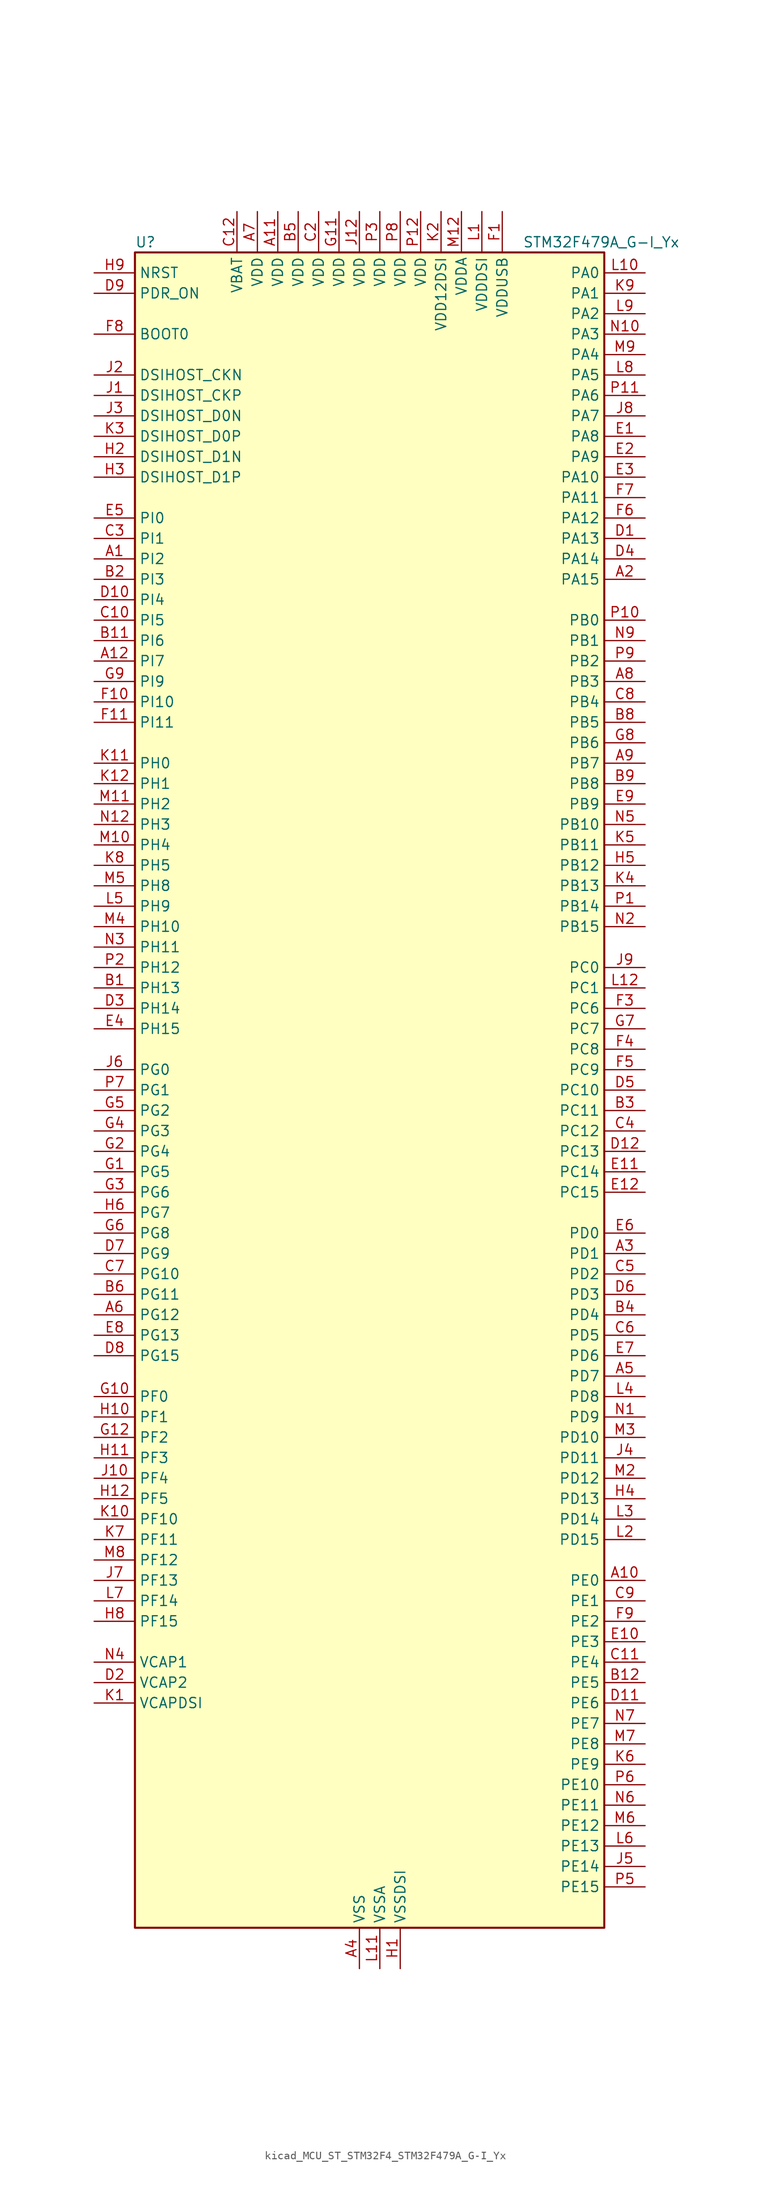
<source format=kicad_sym>
(kicad_symbol_lib
  (version 20220914)
  (generator kicad_symbol_editor)
  (symbol "kicad_MCU_ST_STM32F4_STM32F479A_G-I_Yx"
    (property "Reference" "U"
      (at -27.94 105.41 0)
      (effects (font (size 1.27 1.27)) (justify left)))
    (property "Value" "STM32F479A_G-I_Yx"
      (at 20.32 105.41 0)
      (effects (font (size 1.27 1.27)) (justify left)))
    (property "ki_locked" ""
      (at 0 0 0)
      (effects (font (size 1.27 1.27))))
    (symbol "kicad_MCU_ST_STM32F4_STM32F479A_G-I_Yx_0_1"
      (rectangle (start -27.94 -104.14) (end 30.48 104.14) (stroke (width 0.254) (type default)) (fill (type background))))
    (symbol "kicad_MCU_ST_STM32F4_STM32F479A_G-I_Yx_1_1"
      (pin bidirectional line (at -33.02 66.04 0) (length 5.08) (name "PI2" (effects (font (size 1.27 1.27)))) (number "A1" (effects (font (size 1.27 1.27)))) (alternate "DCMI_D9" bidirectional line) (alternate "FMC_D26" bidirectional line) (alternate "I2S2_ext_SD" bidirectional line) (alternate "LTDC_G7" bidirectional line) (alternate "SPI2_MISO" bidirectional line) (alternate "TIM8_CH4" bidirectional line))
      (pin bidirectional line (at 35.56 -60.96 180) (length 5.08) (name "PE0" (effects (font (size 1.27 1.27)))) (number "A10" (effects (font (size 1.27 1.27)))) (alternate "DCMI_D2" bidirectional line) (alternate "FMC_NBL0" bidirectional line) (alternate "TIM4_ETR" bidirectional line) (alternate "UART8_RX" bidirectional line))
      (pin power_in line (at -10.16 109.22 270) (length 5.08) (name "VDD" (effects (font (size 1.27 1.27)))) (number "A11" (effects (font (size 1.27 1.27)))))
      (pin bidirectional line (at -33.02 53.34 0) (length 5.08) (name "PI7" (effects (font (size 1.27 1.27)))) (number "A12" (effects (font (size 1.27 1.27)))) (alternate "DCMI_D7" bidirectional line) (alternate "FMC_D29" bidirectional line) (alternate "LTDC_B7" bidirectional line) (alternate "TIM8_CH3" bidirectional line))
      (pin bidirectional line (at 35.56 63.5 180) (length 5.08) (name "PA15" (effects (font (size 1.27 1.27)))) (number "A2" (effects (font (size 1.27 1.27)))) (alternate "ADC1_EXTI15" bidirectional line) (alternate "ADC2_EXTI15" bidirectional line) (alternate "ADC3_EXTI15" bidirectional line) (alternate "I2S3_WS" bidirectional line) (alternate "SPI1_NSS" bidirectional line) (alternate "SPI3_NSS" bidirectional line) (alternate "SYS_JTDI" bidirectional line) (alternate "TIM2_CH1" bidirectional line) (alternate "TIM2_ETR" bidirectional line))
      (pin bidirectional line (at 35.56 -20.32 180) (length 5.08) (name "PD1" (effects (font (size 1.27 1.27)))) (number "A3" (effects (font (size 1.27 1.27)))) (alternate "CAN1_TX" bidirectional line) (alternate "FMC_D3" bidirectional line) (alternate "FMC_DA3" bidirectional line))
      (pin power_in line (at 0 -109.22 90) (length 5.08) (name "VSS" (effects (font (size 1.27 1.27)))) (number "A4" (effects (font (size 1.27 1.27)))))
      (pin bidirectional line (at 35.56 -35.56 180) (length 5.08) (name "PD7" (effects (font (size 1.27 1.27)))) (number "A5" (effects (font (size 1.27 1.27)))) (alternate "FMC_NE1" bidirectional line) (alternate "USART2_CK" bidirectional line))
      (pin bidirectional line (at -33.02 -27.94 0) (length 5.08) (name "PG12" (effects (font (size 1.27 1.27)))) (number "A6" (effects (font (size 1.27 1.27)))) (alternate "FMC_NE4" bidirectional line) (alternate "LTDC_B1" bidirectional line) (alternate "LTDC_B4" bidirectional line) (alternate "SPI6_MISO" bidirectional line) (alternate "USART6_RTS" bidirectional line))
      (pin power_in line (at -12.7 109.22 270) (length 5.08) (name "VDD" (effects (font (size 1.27 1.27)))) (number "A7" (effects (font (size 1.27 1.27)))))
      (pin bidirectional line (at 35.56 50.8 180) (length 5.08) (name "PB3" (effects (font (size 1.27 1.27)))) (number "A8" (effects (font (size 1.27 1.27)))) (alternate "I2S3_CK" bidirectional line) (alternate "SPI1_SCK" bidirectional line) (alternate "SPI3_SCK" bidirectional line) (alternate "SYS_JTDO-SWO" bidirectional line) (alternate "TIM2_CH2" bidirectional line))
      (pin bidirectional line (at 35.56 40.64 180) (length 5.08) (name "PB7" (effects (font (size 1.27 1.27)))) (number "A9" (effects (font (size 1.27 1.27)))) (alternate "DCMI_VSYNC" bidirectional line) (alternate "FMC_NL" bidirectional line) (alternate "I2C1_SDA" bidirectional line) (alternate "TIM4_CH2" bidirectional line) (alternate "USART1_RX" bidirectional line))
      (pin bidirectional line (at -33.02 12.7 0) (length 5.08) (name "PH13" (effects (font (size 1.27 1.27)))) (number "B1" (effects (font (size 1.27 1.27)))) (alternate "CAN1_TX" bidirectional line) (alternate "FMC_D21" bidirectional line) (alternate "LTDC_G2" bidirectional line) (alternate "TIM8_CH1N" bidirectional line))
      (pin passive line (at 0 -109.22 90) (length 5.08) hide (name "VSS" (effects (font (size 1.27 1.27)))) (number "B10" (effects (font (size 1.27 1.27)))))
      (pin bidirectional line (at -33.02 55.88 0) (length 5.08) (name "PI6" (effects (font (size 1.27 1.27)))) (number "B11" (effects (font (size 1.27 1.27)))) (alternate "DCMI_D6" bidirectional line) (alternate "FMC_D28" bidirectional line) (alternate "LTDC_B6" bidirectional line) (alternate "TIM8_CH2" bidirectional line))
      (pin bidirectional line (at 35.56 -73.66 180) (length 5.08) (name "PE5" (effects (font (size 1.27 1.27)))) (number "B12" (effects (font (size 1.27 1.27)))) (alternate "DCMI_D6" bidirectional line) (alternate "FMC_A21" bidirectional line) (alternate "LTDC_G0" bidirectional line) (alternate "SAI1_SCK_A" bidirectional line) (alternate "SPI4_MISO" bidirectional line) (alternate "SYS_TRACED2" bidirectional line) (alternate "TIM9_CH1" bidirectional line))
      (pin bidirectional line (at -33.02 63.5 0) (length 5.08) (name "PI3" (effects (font (size 1.27 1.27)))) (number "B2" (effects (font (size 1.27 1.27)))) (alternate "DCMI_D10" bidirectional line) (alternate "FMC_D27" bidirectional line) (alternate "I2S2_SD" bidirectional line) (alternate "SPI2_MOSI" bidirectional line) (alternate "TIM8_ETR" bidirectional line))
      (pin bidirectional line (at 35.56 -2.54 180) (length 5.08) (name "PC11" (effects (font (size 1.27 1.27)))) (number "B3" (effects (font (size 1.27 1.27)))) (alternate "ADC1_EXTI11" bidirectional line) (alternate "ADC2_EXTI11" bidirectional line) (alternate "ADC3_EXTI11" bidirectional line) (alternate "DCMI_D4" bidirectional line) (alternate "I2S3_ext_SD" bidirectional line) (alternate "QUADSPI_BK2_NCS" bidirectional line) (alternate "SDIO_D3" bidirectional line) (alternate "SPI3_MISO" bidirectional line) (alternate "UART4_RX" bidirectional line) (alternate "USART3_RX" bidirectional line))
      (pin bidirectional line (at 35.56 -27.94 180) (length 5.08) (name "PD4" (effects (font (size 1.27 1.27)))) (number "B4" (effects (font (size 1.27 1.27)))) (alternate "FMC_NOE" bidirectional line) (alternate "USART2_RTS" bidirectional line))
      (pin power_in line (at -7.62 109.22 270) (length 5.08) (name "VDD" (effects (font (size 1.27 1.27)))) (number "B5" (effects (font (size 1.27 1.27)))))
      (pin bidirectional line (at -33.02 -25.4 0) (length 5.08) (name "PG11" (effects (font (size 1.27 1.27)))) (number "B6" (effects (font (size 1.27 1.27)))) (alternate "ADC1_EXTI11" bidirectional line) (alternate "ADC2_EXTI11" bidirectional line) (alternate "ADC3_EXTI11" bidirectional line) (alternate "DCMI_D3" bidirectional line) (alternate "LTDC_B3" bidirectional line))
      (pin passive line (at 0 -109.22 90) (length 5.08) hide (name "VSS" (effects (font (size 1.27 1.27)))) (number "B7" (effects (font (size 1.27 1.27)))))
      (pin bidirectional line (at 35.56 45.72 180) (length 5.08) (name "PB5" (effects (font (size 1.27 1.27)))) (number "B8" (effects (font (size 1.27 1.27)))) (alternate "CAN2_RX" bidirectional line) (alternate "DCMI_D10" bidirectional line) (alternate "FMC_SDCKE1" bidirectional line) (alternate "I2C1_SMBA" bidirectional line) (alternate "I2S3_SD" bidirectional line) (alternate "LTDC_G7" bidirectional line) (alternate "SPI1_MOSI" bidirectional line) (alternate "SPI3_MOSI" bidirectional line) (alternate "TIM3_CH2" bidirectional line) (alternate "USB_OTG_HS_ULPI_D7" bidirectional line))
      (pin bidirectional line (at 35.56 38.1 180) (length 5.08) (name "PB8" (effects (font (size 1.27 1.27)))) (number "B9" (effects (font (size 1.27 1.27)))) (alternate "CAN1_RX" bidirectional line) (alternate "DCMI_D6" bidirectional line) (alternate "I2C1_SCL" bidirectional line) (alternate "LTDC_B6" bidirectional line) (alternate "SDIO_D4" bidirectional line) (alternate "TIM10_CH1" bidirectional line) (alternate "TIM4_CH3" bidirectional line))
      (pin passive line (at 0 -109.22 90) (length 5.08) hide (name "VSS" (effects (font (size 1.27 1.27)))) (number "C1" (effects (font (size 1.27 1.27)))))
      (pin bidirectional line (at -33.02 58.42 0) (length 5.08) (name "PI5" (effects (font (size 1.27 1.27)))) (number "C10" (effects (font (size 1.27 1.27)))) (alternate "DCMI_VSYNC" bidirectional line) (alternate "FMC_NBL3" bidirectional line) (alternate "LTDC_B5" bidirectional line) (alternate "TIM8_CH1" bidirectional line))
      (pin bidirectional line (at 35.56 -71.12 180) (length 5.08) (name "PE4" (effects (font (size 1.27 1.27)))) (number "C11" (effects (font (size 1.27 1.27)))) (alternate "DCMI_D4" bidirectional line) (alternate "FMC_A20" bidirectional line) (alternate "LTDC_B0" bidirectional line) (alternate "SAI1_FS_A" bidirectional line) (alternate "SPI4_NSS" bidirectional line) (alternate "SYS_TRACED1" bidirectional line))
      (pin power_in line (at -15.24 109.22 270) (length 5.08) (name "VBAT" (effects (font (size 1.27 1.27)))) (number "C12" (effects (font (size 1.27 1.27)))))
      (pin power_in line (at -5.08 109.22 270) (length 5.08) (name "VDD" (effects (font (size 1.27 1.27)))) (number "C2" (effects (font (size 1.27 1.27)))))
      (pin bidirectional line (at -33.02 68.58 0) (length 5.08) (name "PI1" (effects (font (size 1.27 1.27)))) (number "C3" (effects (font (size 1.27 1.27)))) (alternate "DCMI_D8" bidirectional line) (alternate "FMC_D25" bidirectional line) (alternate "I2S2_CK" bidirectional line) (alternate "LTDC_G6" bidirectional line) (alternate "SPI2_SCK" bidirectional line))
      (pin bidirectional line (at 35.56 -5.08 180) (length 5.08) (name "PC12" (effects (font (size 1.27 1.27)))) (number "C4" (effects (font (size 1.27 1.27)))) (alternate "DCMI_D9" bidirectional line) (alternate "I2S3_SD" bidirectional line) (alternate "SDIO_CK" bidirectional line) (alternate "SPI3_MOSI" bidirectional line) (alternate "SYS_TRACED3" bidirectional line) (alternate "UART5_TX" bidirectional line) (alternate "USART3_CK" bidirectional line))
      (pin bidirectional line (at 35.56 -22.86 180) (length 5.08) (name "PD2" (effects (font (size 1.27 1.27)))) (number "C5" (effects (font (size 1.27 1.27)))) (alternate "DCMI_D11" bidirectional line) (alternate "SDIO_CMD" bidirectional line) (alternate "SYS_TRACED2" bidirectional line) (alternate "TIM3_ETR" bidirectional line) (alternate "UART5_RX" bidirectional line))
      (pin bidirectional line (at 35.56 -30.48 180) (length 5.08) (name "PD5" (effects (font (size 1.27 1.27)))) (number "C6" (effects (font (size 1.27 1.27)))) (alternate "FMC_NWE" bidirectional line) (alternate "USART2_TX" bidirectional line))
      (pin bidirectional line (at -33.02 -22.86 0) (length 5.08) (name "PG10" (effects (font (size 1.27 1.27)))) (number "C7" (effects (font (size 1.27 1.27)))) (alternate "DCMI_D2" bidirectional line) (alternate "FMC_NE3" bidirectional line) (alternate "LTDC_B2" bidirectional line) (alternate "LTDC_G3" bidirectional line))
      (pin bidirectional line (at 35.56 48.26 180) (length 5.08) (name "PB4" (effects (font (size 1.27 1.27)))) (number "C8" (effects (font (size 1.27 1.27)))) (alternate "I2S3_ext_SD" bidirectional line) (alternate "SPI1_MISO" bidirectional line) (alternate "SPI3_MISO" bidirectional line) (alternate "SYS_JTRST" bidirectional line) (alternate "TIM3_CH1" bidirectional line))
      (pin bidirectional line (at 35.56 -63.5 180) (length 5.08) (name "PE1" (effects (font (size 1.27 1.27)))) (number "C9" (effects (font (size 1.27 1.27)))) (alternate "DCMI_D3" bidirectional line) (alternate "FMC_NBL1" bidirectional line) (alternate "UART8_TX" bidirectional line))
      (pin bidirectional line (at 35.56 68.58 180) (length 5.08) (name "PA13" (effects (font (size 1.27 1.27)))) (number "D1" (effects (font (size 1.27 1.27)))) (alternate "SYS_JTMS-SWDIO" bidirectional line))
      (pin bidirectional line (at -33.02 60.96 0) (length 5.08) (name "PI4" (effects (font (size 1.27 1.27)))) (number "D10" (effects (font (size 1.27 1.27)))) (alternate "DCMI_D5" bidirectional line) (alternate "FMC_NBL2" bidirectional line) (alternate "LTDC_B4" bidirectional line) (alternate "TIM8_BKIN" bidirectional line))
      (pin bidirectional line (at 35.56 -76.2 180) (length 5.08) (name "PE6" (effects (font (size 1.27 1.27)))) (number "D11" (effects (font (size 1.27 1.27)))) (alternate "DCMI_D7" bidirectional line) (alternate "FMC_A22" bidirectional line) (alternate "LTDC_G1" bidirectional line) (alternate "SAI1_SD_A" bidirectional line) (alternate "SPI4_MOSI" bidirectional line) (alternate "SYS_TRACED3" bidirectional line) (alternate "TIM9_CH2" bidirectional line))
      (pin bidirectional line (at 35.56 -7.62 180) (length 5.08) (name "PC13" (effects (font (size 1.27 1.27)))) (number "D12" (effects (font (size 1.27 1.27)))) (alternate "RTC_AF1" bidirectional line))
      (pin power_out line (at -33.02 -73.66 0) (length 5.08) (name "VCAP2" (effects (font (size 1.27 1.27)))) (number "D2" (effects (font (size 1.27 1.27)))))
      (pin bidirectional line (at -33.02 10.16 0) (length 5.08) (name "PH14" (effects (font (size 1.27 1.27)))) (number "D3" (effects (font (size 1.27 1.27)))) (alternate "DCMI_D4" bidirectional line) (alternate "FMC_D22" bidirectional line) (alternate "LTDC_G3" bidirectional line) (alternate "TIM8_CH2N" bidirectional line))
      (pin bidirectional line (at 35.56 66.04 180) (length 5.08) (name "PA14" (effects (font (size 1.27 1.27)))) (number "D4" (effects (font (size 1.27 1.27)))) (alternate "SYS_JTCK-SWCLK" bidirectional line))
      (pin bidirectional line (at 35.56 0 180) (length 5.08) (name "PC10" (effects (font (size 1.27 1.27)))) (number "D5" (effects (font (size 1.27 1.27)))) (alternate "DCMI_D8" bidirectional line) (alternate "I2S3_CK" bidirectional line) (alternate "LTDC_R2" bidirectional line) (alternate "QUADSPI_BK1_IO1" bidirectional line) (alternate "SDIO_D2" bidirectional line) (alternate "SPI3_SCK" bidirectional line) (alternate "UART4_TX" bidirectional line) (alternate "USART3_TX" bidirectional line))
      (pin bidirectional line (at 35.56 -25.4 180) (length 5.08) (name "PD3" (effects (font (size 1.27 1.27)))) (number "D6" (effects (font (size 1.27 1.27)))) (alternate "DCMI_D5" bidirectional line) (alternate "FMC_CLK" bidirectional line) (alternate "I2S2_CK" bidirectional line) (alternate "LTDC_G7" bidirectional line) (alternate "SPI2_SCK" bidirectional line) (alternate "USART2_CTS" bidirectional line))
      (pin bidirectional line (at -33.02 -20.32 0) (length 5.08) (name "PG9" (effects (font (size 1.27 1.27)))) (number "D7" (effects (font (size 1.27 1.27)))) (alternate "DAC_EXTI9" bidirectional line) (alternate "DCMI_VSYNC" bidirectional line) (alternate "FMC_NCE" bidirectional line) (alternate "FMC_NE2" bidirectional line) (alternate "QUADSPI_BK2_IO2" bidirectional line) (alternate "USART6_RX" bidirectional line))
      (pin bidirectional line (at -33.02 -33.02 0) (length 5.08) (name "PG15" (effects (font (size 1.27 1.27)))) (number "D8" (effects (font (size 1.27 1.27)))) (alternate "ADC1_EXTI15" bidirectional line) (alternate "ADC2_EXTI15" bidirectional line) (alternate "ADC3_EXTI15" bidirectional line) (alternate "DCMI_D13" bidirectional line) (alternate "FMC_SDNCAS" bidirectional line) (alternate "USART6_CTS" bidirectional line))
      (pin input line (at -33.02 99.06 0) (length 5.08) (name "PDR_ON" (effects (font (size 1.27 1.27)))) (number "D9" (effects (font (size 1.27 1.27)))))
      (pin bidirectional line (at 35.56 81.28 180) (length 5.08) (name "PA8" (effects (font (size 1.27 1.27)))) (number "E1" (effects (font (size 1.27 1.27)))) (alternate "I2C3_SCL" bidirectional line) (alternate "LTDC_R6" bidirectional line) (alternate "RCC_MCO_1" bidirectional line) (alternate "TIM1_CH1" bidirectional line) (alternate "USART1_CK" bidirectional line) (alternate "USB_OTG_FS_SOF" bidirectional line))
      (pin bidirectional line (at 35.56 -68.58 180) (length 5.08) (name "PE3" (effects (font (size 1.27 1.27)))) (number "E10" (effects (font (size 1.27 1.27)))) (alternate "FMC_A19" bidirectional line) (alternate "SAI1_SD_B" bidirectional line) (alternate "SYS_TRACED0" bidirectional line))
      (pin bidirectional line (at 35.56 -10.16 180) (length 5.08) (name "PC14" (effects (font (size 1.27 1.27)))) (number "E11" (effects (font (size 1.27 1.27)))) (alternate "RCC_OSC32_IN" bidirectional line))
      (pin bidirectional line (at 35.56 -12.7 180) (length 5.08) (name "PC15" (effects (font (size 1.27 1.27)))) (number "E12" (effects (font (size 1.27 1.27)))) (alternate "ADC1_EXTI15" bidirectional line) (alternate "ADC2_EXTI15" bidirectional line) (alternate "ADC3_EXTI15" bidirectional line) (alternate "RCC_OSC32_OUT" bidirectional line))
      (pin bidirectional line (at 35.56 78.74 180) (length 5.08) (name "PA9" (effects (font (size 1.27 1.27)))) (number "E2" (effects (font (size 1.27 1.27)))) (alternate "DAC_EXTI9" bidirectional line) (alternate "DCMI_D0" bidirectional line) (alternate "I2C3_SMBA" bidirectional line) (alternate "I2S2_CK" bidirectional line) (alternate "SPI2_SCK" bidirectional line) (alternate "TIM1_CH2" bidirectional line) (alternate "USART1_TX" bidirectional line) (alternate "USB_OTG_FS_VBUS" bidirectional line))
      (pin bidirectional line (at 35.56 76.2 180) (length 5.08) (name "PA10" (effects (font (size 1.27 1.27)))) (number "E3" (effects (font (size 1.27 1.27)))) (alternate "DCMI_D1" bidirectional line) (alternate "TIM1_CH3" bidirectional line) (alternate "USART1_RX" bidirectional line) (alternate "USB_OTG_FS_ID" bidirectional line))
      (pin bidirectional line (at -33.02 7.62 0) (length 5.08) (name "PH15" (effects (font (size 1.27 1.27)))) (number "E4" (effects (font (size 1.27 1.27)))) (alternate "ADC1_EXTI15" bidirectional line) (alternate "ADC2_EXTI15" bidirectional line) (alternate "ADC3_EXTI15" bidirectional line) (alternate "DCMI_D11" bidirectional line) (alternate "FMC_D23" bidirectional line) (alternate "LTDC_G4" bidirectional line) (alternate "TIM8_CH3N" bidirectional line))
      (pin bidirectional line (at -33.02 71.12 0) (length 5.08) (name "PI0" (effects (font (size 1.27 1.27)))) (number "E5" (effects (font (size 1.27 1.27)))) (alternate "DCMI_D13" bidirectional line) (alternate "FMC_D24" bidirectional line) (alternate "I2S2_WS" bidirectional line) (alternate "LTDC_G5" bidirectional line) (alternate "SPI2_NSS" bidirectional line) (alternate "TIM5_CH4" bidirectional line))
      (pin bidirectional line (at 35.56 -17.78 180) (length 5.08) (name "PD0" (effects (font (size 1.27 1.27)))) (number "E6" (effects (font (size 1.27 1.27)))) (alternate "CAN1_RX" bidirectional line) (alternate "FMC_D2" bidirectional line) (alternate "FMC_DA2" bidirectional line))
      (pin bidirectional line (at 35.56 -33.02 180) (length 5.08) (name "PD6" (effects (font (size 1.27 1.27)))) (number "E7" (effects (font (size 1.27 1.27)))) (alternate "DCMI_D10" bidirectional line) (alternate "FMC_NWAIT" bidirectional line) (alternate "I2S3_SD" bidirectional line) (alternate "LTDC_B2" bidirectional line) (alternate "SAI1_SD_A" bidirectional line) (alternate "SPI3_MOSI" bidirectional line) (alternate "USART2_RX" bidirectional line))
      (pin bidirectional line (at -33.02 -30.48 0) (length 5.08) (name "PG13" (effects (font (size 1.27 1.27)))) (number "E8" (effects (font (size 1.27 1.27)))) (alternate "FMC_A24" bidirectional line) (alternate "LTDC_R0" bidirectional line) (alternate "SPI6_SCK" bidirectional line) (alternate "SYS_TRACED0" bidirectional line) (alternate "USART6_CTS" bidirectional line))
      (pin bidirectional line (at 35.56 35.56 180) (length 5.08) (name "PB9" (effects (font (size 1.27 1.27)))) (number "E9" (effects (font (size 1.27 1.27)))) (alternate "CAN1_TX" bidirectional line) (alternate "DAC_EXTI9" bidirectional line) (alternate "DCMI_D7" bidirectional line) (alternate "I2C1_SDA" bidirectional line) (alternate "I2S2_WS" bidirectional line) (alternate "LTDC_B7" bidirectional line) (alternate "SDIO_D5" bidirectional line) (alternate "SPI2_NSS" bidirectional line) (alternate "TIM11_CH1" bidirectional line) (alternate "TIM4_CH4" bidirectional line))
      (pin power_in line (at 17.78 109.22 270) (length 5.08) (name "VDDUSB" (effects (font (size 1.27 1.27)))) (number "F1" (effects (font (size 1.27 1.27)))))
      (pin bidirectional line (at -33.02 48.26 0) (length 5.08) (name "PI10" (effects (font (size 1.27 1.27)))) (number "F10" (effects (font (size 1.27 1.27)))) (alternate "FMC_D31" bidirectional line) (alternate "LTDC_HSYNC" bidirectional line))
      (pin bidirectional line (at -33.02 45.72 0) (length 5.08) (name "PI11" (effects (font (size 1.27 1.27)))) (number "F11" (effects (font (size 1.27 1.27)))) (alternate "ADC1_EXTI11" bidirectional line) (alternate "ADC2_EXTI11" bidirectional line) (alternate "ADC3_EXTI11" bidirectional line) (alternate "LTDC_G6" bidirectional line) (alternate "USB_OTG_HS_ULPI_DIR" bidirectional line))
      (pin passive line (at 0 -109.22 90) (length 5.08) hide (name "VSS" (effects (font (size 1.27 1.27)))) (number "F12" (effects (font (size 1.27 1.27)))))
      (pin passive line (at 0 -109.22 90) (length 5.08) hide (name "VSS" (effects (font (size 1.27 1.27)))) (number "F2" (effects (font (size 1.27 1.27)))))
      (pin bidirectional line (at 35.56 10.16 180) (length 5.08) (name "PC6" (effects (font (size 1.27 1.27)))) (number "F3" (effects (font (size 1.27 1.27)))) (alternate "DCMI_D0" bidirectional line) (alternate "I2S2_MCK" bidirectional line) (alternate "LTDC_HSYNC" bidirectional line) (alternate "SDIO_D6" bidirectional line) (alternate "TIM3_CH1" bidirectional line) (alternate "TIM8_CH1" bidirectional line) (alternate "USART6_TX" bidirectional line))
      (pin bidirectional line (at 35.56 5.08 180) (length 5.08) (name "PC8" (effects (font (size 1.27 1.27)))) (number "F4" (effects (font (size 1.27 1.27)))) (alternate "DCMI_D2" bidirectional line) (alternate "SDIO_D0" bidirectional line) (alternate "SYS_TRACED1" bidirectional line) (alternate "TIM3_CH3" bidirectional line) (alternate "TIM8_CH3" bidirectional line) (alternate "USART6_CK" bidirectional line))
      (pin bidirectional line (at 35.56 2.54 180) (length 5.08) (name "PC9" (effects (font (size 1.27 1.27)))) (number "F5" (effects (font (size 1.27 1.27)))) (alternate "DAC_EXTI9" bidirectional line) (alternate "DCMI_D3" bidirectional line) (alternate "I2C3_SDA" bidirectional line) (alternate "I2S_CKIN" bidirectional line) (alternate "QUADSPI_BK1_IO0" bidirectional line) (alternate "RCC_MCO_2" bidirectional line) (alternate "SDIO_D1" bidirectional line) (alternate "TIM3_CH4" bidirectional line) (alternate "TIM8_CH4" bidirectional line))
      (pin bidirectional line (at 35.56 71.12 180) (length 5.08) (name "PA12" (effects (font (size 1.27 1.27)))) (number "F6" (effects (font (size 1.27 1.27)))) (alternate "CAN1_TX" bidirectional line) (alternate "LTDC_R5" bidirectional line) (alternate "TIM1_ETR" bidirectional line) (alternate "USART1_RTS" bidirectional line) (alternate "USB_OTG_FS_DP" bidirectional line))
      (pin bidirectional line (at 35.56 73.66 180) (length 5.08) (name "PA11" (effects (font (size 1.27 1.27)))) (number "F7" (effects (font (size 1.27 1.27)))) (alternate "ADC1_EXTI11" bidirectional line) (alternate "ADC2_EXTI11" bidirectional line) (alternate "ADC3_EXTI11" bidirectional line) (alternate "CAN1_RX" bidirectional line) (alternate "LTDC_R4" bidirectional line) (alternate "TIM1_CH4" bidirectional line) (alternate "USART1_CTS" bidirectional line) (alternate "USB_OTG_FS_DM" bidirectional line))
      (pin input line (at -33.02 93.98 0) (length 5.08) (name "BOOT0" (effects (font (size 1.27 1.27)))) (number "F8" (effects (font (size 1.27 1.27)))))
      (pin bidirectional line (at 35.56 -66.04 180) (length 5.08) (name "PE2" (effects (font (size 1.27 1.27)))) (number "F9" (effects (font (size 1.27 1.27)))) (alternate "FMC_A23" bidirectional line) (alternate "QUADSPI_BK1_IO2" bidirectional line) (alternate "SAI1_MCLK_A" bidirectional line) (alternate "SPI4_SCK" bidirectional line) (alternate "SYS_TRACECLK" bidirectional line))
      (pin bidirectional line (at -33.02 -10.16 0) (length 5.08) (name "PG5" (effects (font (size 1.27 1.27)))) (number "G1" (effects (font (size 1.27 1.27)))) (alternate "FMC_A15" bidirectional line) (alternate "FMC_BA1" bidirectional line))
      (pin bidirectional line (at -33.02 -38.1 0) (length 5.08) (name "PF0" (effects (font (size 1.27 1.27)))) (number "G10" (effects (font (size 1.27 1.27)))) (alternate "FMC_A0" bidirectional line) (alternate "I2C2_SDA" bidirectional line))
      (pin power_in line (at -2.54 109.22 270) (length 5.08) (name "VDD" (effects (font (size 1.27 1.27)))) (number "G11" (effects (font (size 1.27 1.27)))))
      (pin bidirectional line (at -33.02 -43.18 0) (length 5.08) (name "PF2" (effects (font (size 1.27 1.27)))) (number "G12" (effects (font (size 1.27 1.27)))) (alternate "FMC_A2" bidirectional line) (alternate "I2C2_SMBA" bidirectional line))
      (pin bidirectional line (at -33.02 -7.62 0) (length 5.08) (name "PG4" (effects (font (size 1.27 1.27)))) (number "G2" (effects (font (size 1.27 1.27)))) (alternate "FMC_A14" bidirectional line) (alternate "FMC_BA0" bidirectional line))
      (pin bidirectional line (at -33.02 -12.7 0) (length 5.08) (name "PG6" (effects (font (size 1.27 1.27)))) (number "G3" (effects (font (size 1.27 1.27)))) (alternate "DCMI_D12" bidirectional line) (alternate "LTDC_R7" bidirectional line))
      (pin bidirectional line (at -33.02 -5.08 0) (length 5.08) (name "PG3" (effects (font (size 1.27 1.27)))) (number "G4" (effects (font (size 1.27 1.27)))) (alternate "FMC_A13" bidirectional line))
      (pin bidirectional line (at -33.02 -2.54 0) (length 5.08) (name "PG2" (effects (font (size 1.27 1.27)))) (number "G5" (effects (font (size 1.27 1.27)))) (alternate "FMC_A12" bidirectional line))
      (pin bidirectional line (at -33.02 -17.78 0) (length 5.08) (name "PG8" (effects (font (size 1.27 1.27)))) (number "G6" (effects (font (size 1.27 1.27)))) (alternate "FMC_SDCLK" bidirectional line) (alternate "LTDC_G7" bidirectional line) (alternate "SPI6_NSS" bidirectional line) (alternate "USART6_RTS" bidirectional line))
      (pin bidirectional line (at 35.56 7.62 180) (length 5.08) (name "PC7" (effects (font (size 1.27 1.27)))) (number "G7" (effects (font (size 1.27 1.27)))) (alternate "DCMI_D1" bidirectional line) (alternate "I2S3_MCK" bidirectional line) (alternate "LTDC_G6" bidirectional line) (alternate "SDIO_D7" bidirectional line) (alternate "TIM3_CH2" bidirectional line) (alternate "TIM8_CH2" bidirectional line) (alternate "USART6_RX" bidirectional line))
      (pin bidirectional line (at 35.56 43.18 180) (length 5.08) (name "PB6" (effects (font (size 1.27 1.27)))) (number "G8" (effects (font (size 1.27 1.27)))) (alternate "CAN2_TX" bidirectional line) (alternate "DCMI_D5" bidirectional line) (alternate "FMC_SDNE1" bidirectional line) (alternate "I2C1_SCL" bidirectional line) (alternate "QUADSPI_BK1_NCS" bidirectional line) (alternate "TIM4_CH1" bidirectional line) (alternate "USART1_TX" bidirectional line))
      (pin bidirectional line (at -33.02 50.8 0) (length 5.08) (name "PI9" (effects (font (size 1.27 1.27)))) (number "G9" (effects (font (size 1.27 1.27)))) (alternate "CAN1_RX" bidirectional line) (alternate "DAC_EXTI9" bidirectional line) (alternate "FMC_D30" bidirectional line) (alternate "LTDC_VSYNC" bidirectional line))
      (pin power_in line (at 5.08 -109.22 90) (length 5.08) (name "VSSDSI" (effects (font (size 1.27 1.27)))) (number "H1" (effects (font (size 1.27 1.27)))))
      (pin bidirectional line (at -33.02 -40.64 0) (length 5.08) (name "PF1" (effects (font (size 1.27 1.27)))) (number "H10" (effects (font (size 1.27 1.27)))) (alternate "FMC_A1" bidirectional line) (alternate "I2C2_SCL" bidirectional line))
      (pin bidirectional line (at -33.02 -45.72 0) (length 5.08) (name "PF3" (effects (font (size 1.27 1.27)))) (number "H11" (effects (font (size 1.27 1.27)))) (alternate "ADC3_IN9" bidirectional line) (alternate "FMC_A3" bidirectional line))
      (pin bidirectional line (at -33.02 -50.8 0) (length 5.08) (name "PF5" (effects (font (size 1.27 1.27)))) (number "H12" (effects (font (size 1.27 1.27)))) (alternate "ADC3_IN15" bidirectional line) (alternate "FMC_A5" bidirectional line))
      (pin bidirectional line (at -33.02 78.74 0) (length 5.08) (name "DSIHOST_D1N" (effects (font (size 1.27 1.27)))) (number "H2" (effects (font (size 1.27 1.27)))) (alternate "DSIHOST_D1N" bidirectional line))
      (pin bidirectional line (at -33.02 76.2 0) (length 5.08) (name "DSIHOST_D1P" (effects (font (size 1.27 1.27)))) (number "H3" (effects (font (size 1.27 1.27)))) (alternate "DSIHOST_D1P" bidirectional line))
      (pin bidirectional line (at 35.56 -50.8 180) (length 5.08) (name "PD13" (effects (font (size 1.27 1.27)))) (number "H4" (effects (font (size 1.27 1.27)))) (alternate "FMC_A18" bidirectional line) (alternate "QUADSPI_BK1_IO3" bidirectional line) (alternate "TIM4_CH2" bidirectional line))
      (pin bidirectional line (at 35.56 27.94 180) (length 5.08) (name "PB12" (effects (font (size 1.27 1.27)))) (number "H5" (effects (font (size 1.27 1.27)))) (alternate "CAN2_RX" bidirectional line) (alternate "I2C2_SMBA" bidirectional line) (alternate "I2S2_WS" bidirectional line) (alternate "SPI2_NSS" bidirectional line) (alternate "TIM1_BKIN" bidirectional line) (alternate "USART3_CK" bidirectional line) (alternate "USB_OTG_HS_ID" bidirectional line) (alternate "USB_OTG_HS_ULPI_D5" bidirectional line))
      (pin bidirectional line (at -33.02 -15.24 0) (length 5.08) (name "PG7" (effects (font (size 1.27 1.27)))) (number "H6" (effects (font (size 1.27 1.27)))) (alternate "DCMI_D13" bidirectional line) (alternate "FMC_INT" bidirectional line) (alternate "LTDC_CLK" bidirectional line) (alternate "SAI1_MCLK_A" bidirectional line) (alternate "USART6_CK" bidirectional line))
      (pin passive line (at 0 -109.22 90) (length 5.08) hide (name "VSS" (effects (font (size 1.27 1.27)))) (number "H7" (effects (font (size 1.27 1.27)))))
      (pin bidirectional line (at -33.02 -66.04 0) (length 5.08) (name "PF15" (effects (font (size 1.27 1.27)))) (number "H8" (effects (font (size 1.27 1.27)))) (alternate "ADC1_EXTI15" bidirectional line) (alternate "ADC2_EXTI15" bidirectional line) (alternate "ADC3_EXTI15" bidirectional line) (alternate "FMC_A9" bidirectional line))
      (pin input line (at -33.02 101.6 0) (length 5.08) (name "NRST" (effects (font (size 1.27 1.27)))) (number "H9" (effects (font (size 1.27 1.27)))))
      (pin bidirectional line (at -33.02 86.36 0) (length 5.08) (name "DSIHOST_CKP" (effects (font (size 1.27 1.27)))) (number "J1" (effects (font (size 1.27 1.27)))) (alternate "DSIHOST_CKP" bidirectional line))
      (pin bidirectional line (at -33.02 -48.26 0) (length 5.08) (name "PF4" (effects (font (size 1.27 1.27)))) (number "J10" (effects (font (size 1.27 1.27)))) (alternate "ADC3_IN14" bidirectional line) (alternate "FMC_A4" bidirectional line))
      (pin passive line (at 0 -109.22 90) (length 5.08) hide (name "VSS" (effects (font (size 1.27 1.27)))) (number "J11" (effects (font (size 1.27 1.27)))))
      (pin power_in line (at 0 109.22 270) (length 5.08) (name "VDD" (effects (font (size 1.27 1.27)))) (number "J12" (effects (font (size 1.27 1.27)))))
      (pin bidirectional line (at -33.02 88.9 0) (length 5.08) (name "DSIHOST_CKN" (effects (font (size 1.27 1.27)))) (number "J2" (effects (font (size 1.27 1.27)))) (alternate "DSIHOST_CKN" bidirectional line))
      (pin bidirectional line (at -33.02 83.82 0) (length 5.08) (name "DSIHOST_D0N" (effects (font (size 1.27 1.27)))) (number "J3" (effects (font (size 1.27 1.27)))) (alternate "DSIHOST_D0N" bidirectional line))
      (pin bidirectional line (at 35.56 -45.72 180) (length 5.08) (name "PD11" (effects (font (size 1.27 1.27)))) (number "J4" (effects (font (size 1.27 1.27)))) (alternate "ADC1_EXTI11" bidirectional line) (alternate "ADC2_EXTI11" bidirectional line) (alternate "ADC3_EXTI11" bidirectional line) (alternate "FMC_A16" bidirectional line) (alternate "FMC_CLE" bidirectional line) (alternate "QUADSPI_BK1_IO0" bidirectional line) (alternate "USART3_CTS" bidirectional line))
      (pin bidirectional line (at 35.56 -96.52 180) (length 5.08) (name "PE14" (effects (font (size 1.27 1.27)))) (number "J5" (effects (font (size 1.27 1.27)))) (alternate "FMC_D11" bidirectional line) (alternate "FMC_DA11" bidirectional line) (alternate "LTDC_CLK" bidirectional line) (alternate "SPI4_MOSI" bidirectional line) (alternate "TIM1_CH4" bidirectional line))
      (pin bidirectional line (at -33.02 2.54 0) (length 5.08) (name "PG0" (effects (font (size 1.27 1.27)))) (number "J6" (effects (font (size 1.27 1.27)))) (alternate "FMC_A10" bidirectional line))
      (pin bidirectional line (at -33.02 -60.96 0) (length 5.08) (name "PF13" (effects (font (size 1.27 1.27)))) (number "J7" (effects (font (size 1.27 1.27)))) (alternate "FMC_A7" bidirectional line))
      (pin bidirectional line (at 35.56 83.82 180) (length 5.08) (name "PA7" (effects (font (size 1.27 1.27)))) (number "J8" (effects (font (size 1.27 1.27)))) (alternate "ADC1_IN7" bidirectional line) (alternate "ADC2_IN7" bidirectional line) (alternate "FMC_SDNWE" bidirectional line) (alternate "QUADSPI_CLK" bidirectional line) (alternate "SPI1_MOSI" bidirectional line) (alternate "TIM14_CH1" bidirectional line) (alternate "TIM1_CH1N" bidirectional line) (alternate "TIM3_CH2" bidirectional line) (alternate "TIM8_CH1N" bidirectional line))
      (pin bidirectional line (at 35.56 15.24 180) (length 5.08) (name "PC0" (effects (font (size 1.27 1.27)))) (number "J9" (effects (font (size 1.27 1.27)))) (alternate "ADC1_IN10" bidirectional line) (alternate "ADC2_IN10" bidirectional line) (alternate "ADC3_IN10" bidirectional line) (alternate "FMC_SDNWE" bidirectional line) (alternate "LTDC_R5" bidirectional line) (alternate "USB_OTG_HS_ULPI_STP" bidirectional line))
      (pin power_out line (at -33.02 -76.2 0) (length 5.08) (name "VCAPDSI" (effects (font (size 1.27 1.27)))) (number "K1" (effects (font (size 1.27 1.27)))))
      (pin bidirectional line (at -33.02 -53.34 0) (length 5.08) (name "PF10" (effects (font (size 1.27 1.27)))) (number "K10" (effects (font (size 1.27 1.27)))) (alternate "ADC3_IN8" bidirectional line) (alternate "DCMI_D11" bidirectional line) (alternate "LTDC_DE" bidirectional line) (alternate "QUADSPI_CLK" bidirectional line))
      (pin bidirectional line (at -33.02 40.64 0) (length 5.08) (name "PH0" (effects (font (size 1.27 1.27)))) (number "K11" (effects (font (size 1.27 1.27)))) (alternate "RCC_OSC_IN" bidirectional line))
      (pin bidirectional line (at -33.02 38.1 0) (length 5.08) (name "PH1" (effects (font (size 1.27 1.27)))) (number "K12" (effects (font (size 1.27 1.27)))) (alternate "RCC_OSC_OUT" bidirectional line))
      (pin power_in line (at 10.16 109.22 270) (length 5.08) (name "VDD12DSI" (effects (font (size 1.27 1.27)))) (number "K2" (effects (font (size 1.27 1.27)))))
      (pin bidirectional line (at -33.02 81.28 0) (length 5.08) (name "DSIHOST_D0P" (effects (font (size 1.27 1.27)))) (number "K3" (effects (font (size 1.27 1.27)))) (alternate "DSIHOST_D0P" bidirectional line))
      (pin bidirectional line (at 35.56 25.4 180) (length 5.08) (name "PB13" (effects (font (size 1.27 1.27)))) (number "K4" (effects (font (size 1.27 1.27)))) (alternate "CAN2_TX" bidirectional line) (alternate "I2S2_CK" bidirectional line) (alternate "SPI2_SCK" bidirectional line) (alternate "TIM1_CH1N" bidirectional line) (alternate "USART3_CTS" bidirectional line) (alternate "USB_OTG_HS_ULPI_D6" bidirectional line) (alternate "USB_OTG_HS_VBUS" bidirectional line))
      (pin bidirectional line (at 35.56 30.48 180) (length 5.08) (name "PB11" (effects (font (size 1.27 1.27)))) (number "K5" (effects (font (size 1.27 1.27)))) (alternate "ADC1_EXTI11" bidirectional line) (alternate "ADC2_EXTI11" bidirectional line) (alternate "ADC3_EXTI11" bidirectional line) (alternate "DSIHOST_TE" bidirectional line) (alternate "I2C2_SDA" bidirectional line) (alternate "LTDC_G5" bidirectional line) (alternate "TIM2_CH4" bidirectional line) (alternate "USART3_RX" bidirectional line) (alternate "USB_OTG_HS_ULPI_D4" bidirectional line))
      (pin bidirectional line (at 35.56 -83.82 180) (length 5.08) (name "PE9" (effects (font (size 1.27 1.27)))) (number "K6" (effects (font (size 1.27 1.27)))) (alternate "DAC_EXTI9" bidirectional line) (alternate "FMC_D6" bidirectional line) (alternate "FMC_DA6" bidirectional line) (alternate "QUADSPI_BK2_IO2" bidirectional line) (alternate "TIM1_CH1" bidirectional line))
      (pin bidirectional line (at -33.02 -55.88 0) (length 5.08) (name "PF11" (effects (font (size 1.27 1.27)))) (number "K7" (effects (font (size 1.27 1.27)))) (alternate "ADC1_EXTI11" bidirectional line) (alternate "ADC2_EXTI11" bidirectional line) (alternate "ADC3_EXTI11" bidirectional line) (alternate "DCMI_D12" bidirectional line) (alternate "FMC_SDNRAS" bidirectional line))
      (pin bidirectional line (at -33.02 27.94 0) (length 5.08) (name "PH5" (effects (font (size 1.27 1.27)))) (number "K8" (effects (font (size 1.27 1.27)))) (alternate "FMC_SDNWE" bidirectional line) (alternate "I2C2_SDA" bidirectional line))
      (pin bidirectional line (at 35.56 99.06 180) (length 5.08) (name "PA1" (effects (font (size 1.27 1.27)))) (number "K9" (effects (font (size 1.27 1.27)))) (alternate "ADC1_IN1" bidirectional line) (alternate "ADC2_IN1" bidirectional line) (alternate "ADC3_IN1" bidirectional line) (alternate "LTDC_R2" bidirectional line) (alternate "QUADSPI_BK1_IO3" bidirectional line) (alternate "TIM2_CH2" bidirectional line) (alternate "TIM5_CH2" bidirectional line) (alternate "UART4_RX" bidirectional line) (alternate "USART2_RTS" bidirectional line))
      (pin power_in line (at 15.24 109.22 270) (length 5.08) (name "VDDDSI" (effects (font (size 1.27 1.27)))) (number "L1" (effects (font (size 1.27 1.27)))))
      (pin bidirectional line (at 35.56 101.6 180) (length 5.08) (name "PA0" (effects (font (size 1.27 1.27)))) (number "L10" (effects (font (size 1.27 1.27)))) (alternate "ADC1_IN0" bidirectional line) (alternate "ADC2_IN0" bidirectional line) (alternate "ADC3_IN0" bidirectional line) (alternate "SYS_WKUP" bidirectional line) (alternate "TIM2_CH1" bidirectional line) (alternate "TIM2_ETR" bidirectional line) (alternate "TIM5_CH1" bidirectional line) (alternate "TIM8_ETR" bidirectional line) (alternate "UART4_TX" bidirectional line) (alternate "USART2_CTS" bidirectional line))
      (pin power_in line (at 2.54 -109.22 90) (length 5.08) (name "VSSA" (effects (font (size 1.27 1.27)))) (number "L11" (effects (font (size 1.27 1.27)))))
      (pin bidirectional line (at 35.56 12.7 180) (length 5.08) (name "PC1" (effects (font (size 1.27 1.27)))) (number "L12" (effects (font (size 1.27 1.27)))) (alternate "ADC1_IN11" bidirectional line) (alternate "ADC2_IN11" bidirectional line) (alternate "ADC3_IN11" bidirectional line) (alternate "I2S2_SD" bidirectional line) (alternate "SAI1_SD_A" bidirectional line) (alternate "SPI2_MOSI" bidirectional line) (alternate "SYS_TRACED0" bidirectional line))
      (pin bidirectional line (at 35.56 -55.88 180) (length 5.08) (name "PD15" (effects (font (size 1.27 1.27)))) (number "L2" (effects (font (size 1.27 1.27)))) (alternate "ADC1_EXTI15" bidirectional line) (alternate "ADC2_EXTI15" bidirectional line) (alternate "ADC3_EXTI15" bidirectional line) (alternate "FMC_D1" bidirectional line) (alternate "FMC_DA1" bidirectional line) (alternate "TIM4_CH4" bidirectional line))
      (pin bidirectional line (at 35.56 -53.34 180) (length 5.08) (name "PD14" (effects (font (size 1.27 1.27)))) (number "L3" (effects (font (size 1.27 1.27)))) (alternate "FMC_D0" bidirectional line) (alternate "FMC_DA0" bidirectional line) (alternate "TIM4_CH3" bidirectional line))
      (pin bidirectional line (at 35.56 -38.1 180) (length 5.08) (name "PD8" (effects (font (size 1.27 1.27)))) (number "L4" (effects (font (size 1.27 1.27)))) (alternate "FMC_D13" bidirectional line) (alternate "FMC_DA13" bidirectional line) (alternate "USART3_TX" bidirectional line))
      (pin bidirectional line (at -33.02 22.86 0) (length 5.08) (name "PH9" (effects (font (size 1.27 1.27)))) (number "L5" (effects (font (size 1.27 1.27)))) (alternate "DAC_EXTI9" bidirectional line) (alternate "DCMI_D0" bidirectional line) (alternate "FMC_D17" bidirectional line) (alternate "I2C3_SMBA" bidirectional line) (alternate "LTDC_R3" bidirectional line) (alternate "TIM12_CH2" bidirectional line))
      (pin bidirectional line (at 35.56 -93.98 180) (length 5.08) (name "PE13" (effects (font (size 1.27 1.27)))) (number "L6" (effects (font (size 1.27 1.27)))) (alternate "FMC_D10" bidirectional line) (alternate "FMC_DA10" bidirectional line) (alternate "LTDC_DE" bidirectional line) (alternate "SPI4_MISO" bidirectional line) (alternate "TIM1_CH3" bidirectional line))
      (pin bidirectional line (at -33.02 -63.5 0) (length 5.08) (name "PF14" (effects (font (size 1.27 1.27)))) (number "L7" (effects (font (size 1.27 1.27)))) (alternate "FMC_A8" bidirectional line))
      (pin bidirectional line (at 35.56 88.9 180) (length 5.08) (name "PA5" (effects (font (size 1.27 1.27)))) (number "L8" (effects (font (size 1.27 1.27)))) (alternate "ADC1_IN5" bidirectional line) (alternate "ADC2_IN5" bidirectional line) (alternate "DAC_OUT2" bidirectional line) (alternate "LTDC_R4" bidirectional line) (alternate "SPI1_SCK" bidirectional line) (alternate "TIM2_CH1" bidirectional line) (alternate "TIM2_ETR" bidirectional line) (alternate "TIM8_CH1N" bidirectional line) (alternate "USB_OTG_HS_ULPI_CK" bidirectional line))
      (pin bidirectional line (at 35.56 96.52 180) (length 5.08) (name "PA2" (effects (font (size 1.27 1.27)))) (number "L9" (effects (font (size 1.27 1.27)))) (alternate "ADC1_IN2" bidirectional line) (alternate "ADC2_IN2" bidirectional line) (alternate "ADC3_IN2" bidirectional line) (alternate "LTDC_R1" bidirectional line) (alternate "TIM2_CH3" bidirectional line) (alternate "TIM5_CH3" bidirectional line) (alternate "TIM9_CH1" bidirectional line) (alternate "USART2_TX" bidirectional line))
      (pin passive line (at 0 -109.22 90) (length 5.08) hide (name "VSS" (effects (font (size 1.27 1.27)))) (number "M1" (effects (font (size 1.27 1.27)))))
      (pin bidirectional line (at -33.02 30.48 0) (length 5.08) (name "PH4" (effects (font (size 1.27 1.27)))) (number "M10" (effects (font (size 1.27 1.27)))) (alternate "I2C2_SCL" bidirectional line) (alternate "LTDC_G4" bidirectional line) (alternate "LTDC_G5" bidirectional line) (alternate "USB_OTG_HS_ULPI_NXT" bidirectional line))
      (pin bidirectional line (at -33.02 35.56 0) (length 5.08) (name "PH2" (effects (font (size 1.27 1.27)))) (number "M11" (effects (font (size 1.27 1.27)))) (alternate "FMC_SDCKE0" bidirectional line) (alternate "LTDC_R0" bidirectional line) (alternate "QUADSPI_BK2_IO0" bidirectional line))
      (pin power_in line (at 12.7 109.22 270) (length 5.08) (name "VDDA" (effects (font (size 1.27 1.27)))) (number "M12" (effects (font (size 1.27 1.27)))))
      (pin bidirectional line (at 35.56 -48.26 180) (length 5.08) (name "PD12" (effects (font (size 1.27 1.27)))) (number "M2" (effects (font (size 1.27 1.27)))) (alternate "FMC_A17" bidirectional line) (alternate "FMC_ALE" bidirectional line) (alternate "QUADSPI_BK1_IO1" bidirectional line) (alternate "TIM4_CH1" bidirectional line) (alternate "USART3_RTS" bidirectional line))
      (pin bidirectional line (at 35.56 -43.18 180) (length 5.08) (name "PD10" (effects (font (size 1.27 1.27)))) (number "M3" (effects (font (size 1.27 1.27)))) (alternate "FMC_D15" bidirectional line) (alternate "FMC_DA15" bidirectional line) (alternate "LTDC_B3" bidirectional line) (alternate "USART3_CK" bidirectional line))
      (pin bidirectional line (at -33.02 20.32 0) (length 5.08) (name "PH10" (effects (font (size 1.27 1.27)))) (number "M4" (effects (font (size 1.27 1.27)))) (alternate "DCMI_D1" bidirectional line) (alternate "FMC_D18" bidirectional line) (alternate "LTDC_R4" bidirectional line) (alternate "TIM5_CH1" bidirectional line))
      (pin bidirectional line (at -33.02 25.4 0) (length 5.08) (name "PH8" (effects (font (size 1.27 1.27)))) (number "M5" (effects (font (size 1.27 1.27)))) (alternate "DCMI_HSYNC" bidirectional line) (alternate "FMC_D16" bidirectional line) (alternate "I2C3_SDA" bidirectional line) (alternate "LTDC_R2" bidirectional line))
      (pin bidirectional line (at 35.56 -91.44 180) (length 5.08) (name "PE12" (effects (font (size 1.27 1.27)))) (number "M6" (effects (font (size 1.27 1.27)))) (alternate "FMC_D9" bidirectional line) (alternate "FMC_DA9" bidirectional line) (alternate "LTDC_B4" bidirectional line) (alternate "SPI4_SCK" bidirectional line) (alternate "TIM1_CH3N" bidirectional line))
      (pin bidirectional line (at 35.56 -81.28 180) (length 5.08) (name "PE8" (effects (font (size 1.27 1.27)))) (number "M7" (effects (font (size 1.27 1.27)))) (alternate "FMC_D5" bidirectional line) (alternate "FMC_DA5" bidirectional line) (alternate "QUADSPI_BK2_IO1" bidirectional line) (alternate "TIM1_CH1N" bidirectional line) (alternate "UART7_TX" bidirectional line))
      (pin bidirectional line (at -33.02 -58.42 0) (length 5.08) (name "PF12" (effects (font (size 1.27 1.27)))) (number "M8" (effects (font (size 1.27 1.27)))) (alternate "FMC_A6" bidirectional line))
      (pin bidirectional line (at 35.56 91.44 180) (length 5.08) (name "PA4" (effects (font (size 1.27 1.27)))) (number "M9" (effects (font (size 1.27 1.27)))) (alternate "ADC1_IN4" bidirectional line) (alternate "ADC2_IN4" bidirectional line) (alternate "DAC_OUT1" bidirectional line) (alternate "DCMI_HSYNC" bidirectional line) (alternate "I2S3_WS" bidirectional line) (alternate "LTDC_VSYNC" bidirectional line) (alternate "SPI1_NSS" bidirectional line) (alternate "SPI3_NSS" bidirectional line) (alternate "USART2_CK" bidirectional line) (alternate "USB_OTG_HS_SOF" bidirectional line))
      (pin bidirectional line (at 35.56 -40.64 180) (length 5.08) (name "PD9" (effects (font (size 1.27 1.27)))) (number "N1" (effects (font (size 1.27 1.27)))) (alternate "DAC_EXTI9" bidirectional line) (alternate "FMC_D14" bidirectional line) (alternate "FMC_DA14" bidirectional line) (alternate "USART3_RX" bidirectional line))
      (pin bidirectional line (at 35.56 93.98 180) (length 5.08) (name "PA3" (effects (font (size 1.27 1.27)))) (number "N10" (effects (font (size 1.27 1.27)))) (alternate "ADC1_IN3" bidirectional line) (alternate "ADC2_IN3" bidirectional line) (alternate "ADC3_IN3" bidirectional line) (alternate "LTDC_B2" bidirectional line) (alternate "LTDC_B5" bidirectional line) (alternate "TIM2_CH4" bidirectional line) (alternate "TIM5_CH4" bidirectional line) (alternate "TIM9_CH2" bidirectional line) (alternate "USART2_RX" bidirectional line) (alternate "USB_OTG_HS_ULPI_D0" bidirectional line))
      (pin passive line (at 0 -109.22 90) (length 5.08) hide (name "VSS" (effects (font (size 1.27 1.27)))) (number "N11" (effects (font (size 1.27 1.27)))))
      (pin bidirectional line (at -33.02 33.02 0) (length 5.08) (name "PH3" (effects (font (size 1.27 1.27)))) (number "N12" (effects (font (size 1.27 1.27)))) (alternate "FMC_SDNE0" bidirectional line) (alternate "LTDC_R1" bidirectional line) (alternate "QUADSPI_BK2_IO1" bidirectional line))
      (pin bidirectional line (at 35.56 20.32 180) (length 5.08) (name "PB15" (effects (font (size 1.27 1.27)))) (number "N2" (effects (font (size 1.27 1.27)))) (alternate "ADC1_EXTI15" bidirectional line) (alternate "ADC2_EXTI15" bidirectional line) (alternate "ADC3_EXTI15" bidirectional line) (alternate "I2S2_SD" bidirectional line) (alternate "RTC_REFIN" bidirectional line) (alternate "SPI2_MOSI" bidirectional line) (alternate "TIM12_CH2" bidirectional line) (alternate "TIM1_CH3N" bidirectional line) (alternate "TIM8_CH3N" bidirectional line) (alternate "USB_OTG_HS_DP" bidirectional line))
      (pin bidirectional line (at -33.02 17.78 0) (length 5.08) (name "PH11" (effects (font (size 1.27 1.27)))) (number "N3" (effects (font (size 1.27 1.27)))) (alternate "ADC1_EXTI11" bidirectional line) (alternate "ADC2_EXTI11" bidirectional line) (alternate "ADC3_EXTI11" bidirectional line) (alternate "DCMI_D2" bidirectional line) (alternate "FMC_D19" bidirectional line) (alternate "LTDC_R5" bidirectional line) (alternate "TIM5_CH2" bidirectional line))
      (pin power_out line (at -33.02 -71.12 0) (length 5.08) (name "VCAP1" (effects (font (size 1.27 1.27)))) (number "N4" (effects (font (size 1.27 1.27)))))
      (pin bidirectional line (at 35.56 33.02 180) (length 5.08) (name "PB10" (effects (font (size 1.27 1.27)))) (number "N5" (effects (font (size 1.27 1.27)))) (alternate "I2C2_SCL" bidirectional line) (alternate "I2S2_CK" bidirectional line) (alternate "LTDC_G4" bidirectional line) (alternate "QUADSPI_BK1_NCS" bidirectional line) (alternate "SPI2_SCK" bidirectional line) (alternate "TIM2_CH3" bidirectional line) (alternate "USART3_TX" bidirectional line) (alternate "USB_OTG_HS_ULPI_D3" bidirectional line))
      (pin bidirectional line (at 35.56 -88.9 180) (length 5.08) (name "PE11" (effects (font (size 1.27 1.27)))) (number "N6" (effects (font (size 1.27 1.27)))) (alternate "ADC1_EXTI11" bidirectional line) (alternate "ADC2_EXTI11" bidirectional line) (alternate "ADC3_EXTI11" bidirectional line) (alternate "FMC_D8" bidirectional line) (alternate "FMC_DA8" bidirectional line) (alternate "LTDC_G3" bidirectional line) (alternate "SPI4_NSS" bidirectional line) (alternate "TIM1_CH2" bidirectional line))
      (pin bidirectional line (at 35.56 -78.74 180) (length 5.08) (name "PE7" (effects (font (size 1.27 1.27)))) (number "N7" (effects (font (size 1.27 1.27)))) (alternate "FMC_D4" bidirectional line) (alternate "FMC_DA4" bidirectional line) (alternate "QUADSPI_BK2_IO0" bidirectional line) (alternate "TIM1_ETR" bidirectional line) (alternate "UART7_RX" bidirectional line))
      (pin passive line (at 0 -109.22 90) (length 5.08) hide (name "VSS" (effects (font (size 1.27 1.27)))) (number "N8" (effects (font (size 1.27 1.27)))))
      (pin bidirectional line (at 35.56 55.88 180) (length 5.08) (name "PB1" (effects (font (size 1.27 1.27)))) (number "N9" (effects (font (size 1.27 1.27)))) (alternate "ADC1_IN9" bidirectional line) (alternate "ADC2_IN9" bidirectional line) (alternate "LTDC_G0" bidirectional line) (alternate "LTDC_R6" bidirectional line) (alternate "TIM1_CH3N" bidirectional line) (alternate "TIM3_CH4" bidirectional line) (alternate "TIM8_CH3N" bidirectional line) (alternate "USB_OTG_HS_ULPI_D2" bidirectional line))
      (pin bidirectional line (at 35.56 22.86 180) (length 5.08) (name "PB14" (effects (font (size 1.27 1.27)))) (number "P1" (effects (font (size 1.27 1.27)))) (alternate "I2S2_ext_SD" bidirectional line) (alternate "SPI2_MISO" bidirectional line) (alternate "TIM12_CH1" bidirectional line) (alternate "TIM1_CH2N" bidirectional line) (alternate "TIM8_CH2N" bidirectional line) (alternate "USART3_RTS" bidirectional line) (alternate "USB_OTG_HS_DM" bidirectional line))
      (pin bidirectional line (at 35.56 58.42 180) (length 5.08) (name "PB0" (effects (font (size 1.27 1.27)))) (number "P10" (effects (font (size 1.27 1.27)))) (alternate "ADC1_IN8" bidirectional line) (alternate "ADC2_IN8" bidirectional line) (alternate "LTDC_G1" bidirectional line) (alternate "LTDC_R3" bidirectional line) (alternate "TIM1_CH2N" bidirectional line) (alternate "TIM3_CH3" bidirectional line) (alternate "TIM8_CH2N" bidirectional line) (alternate "USB_OTG_HS_ULPI_D1" bidirectional line))
      (pin bidirectional line (at 35.56 86.36 180) (length 5.08) (name "PA6" (effects (font (size 1.27 1.27)))) (number "P11" (effects (font (size 1.27 1.27)))) (alternate "ADC1_IN6" bidirectional line) (alternate "ADC2_IN6" bidirectional line) (alternate "DCMI_PIXCLK" bidirectional line) (alternate "LTDC_G2" bidirectional line) (alternate "SPI1_MISO" bidirectional line) (alternate "TIM13_CH1" bidirectional line) (alternate "TIM1_BKIN" bidirectional line) (alternate "TIM3_CH1" bidirectional line) (alternate "TIM8_BKIN" bidirectional line))
      (pin power_in line (at 7.62 109.22 270) (length 5.08) (name "VDD" (effects (font (size 1.27 1.27)))) (number "P12" (effects (font (size 1.27 1.27)))))
      (pin bidirectional line (at -33.02 15.24 0) (length 5.08) (name "PH12" (effects (font (size 1.27 1.27)))) (number "P2" (effects (font (size 1.27 1.27)))) (alternate "DCMI_D3" bidirectional line) (alternate "FMC_D20" bidirectional line) (alternate "LTDC_R6" bidirectional line) (alternate "TIM5_CH3" bidirectional line))
      (pin power_in line (at 2.54 109.22 270) (length 5.08) (name "VDD" (effects (font (size 1.27 1.27)))) (number "P3" (effects (font (size 1.27 1.27)))))
      (pin passive line (at 0 -109.22 90) (length 5.08) hide (name "VSS" (effects (font (size 1.27 1.27)))) (number "P4" (effects (font (size 1.27 1.27)))))
      (pin bidirectional line (at 35.56 -99.06 180) (length 5.08) (name "PE15" (effects (font (size 1.27 1.27)))) (number "P5" (effects (font (size 1.27 1.27)))) (alternate "ADC1_EXTI15" bidirectional line) (alternate "ADC2_EXTI15" bidirectional line) (alternate "ADC3_EXTI15" bidirectional line) (alternate "FMC_D12" bidirectional line) (alternate "FMC_DA12" bidirectional line) (alternate "LTDC_R7" bidirectional line) (alternate "TIM1_BKIN" bidirectional line))
      (pin bidirectional line (at 35.56 -86.36 180) (length 5.08) (name "PE10" (effects (font (size 1.27 1.27)))) (number "P6" (effects (font (size 1.27 1.27)))) (alternate "FMC_D7" bidirectional line) (alternate "FMC_DA7" bidirectional line) (alternate "QUADSPI_BK2_IO3" bidirectional line) (alternate "TIM1_CH2N" bidirectional line))
      (pin bidirectional line (at -33.02 0 0) (length 5.08) (name "PG1" (effects (font (size 1.27 1.27)))) (number "P7" (effects (font (size 1.27 1.27)))) (alternate "FMC_A11" bidirectional line))
      (pin power_in line (at 5.08 109.22 270) (length 5.08) (name "VDD" (effects (font (size 1.27 1.27)))) (number "P8" (effects (font (size 1.27 1.27)))))
      (pin bidirectional line (at 35.56 53.34 180) (length 5.08) (name "PB2" (effects (font (size 1.27 1.27)))) (number "P9" (effects (font (size 1.27 1.27))))))))
</source>
